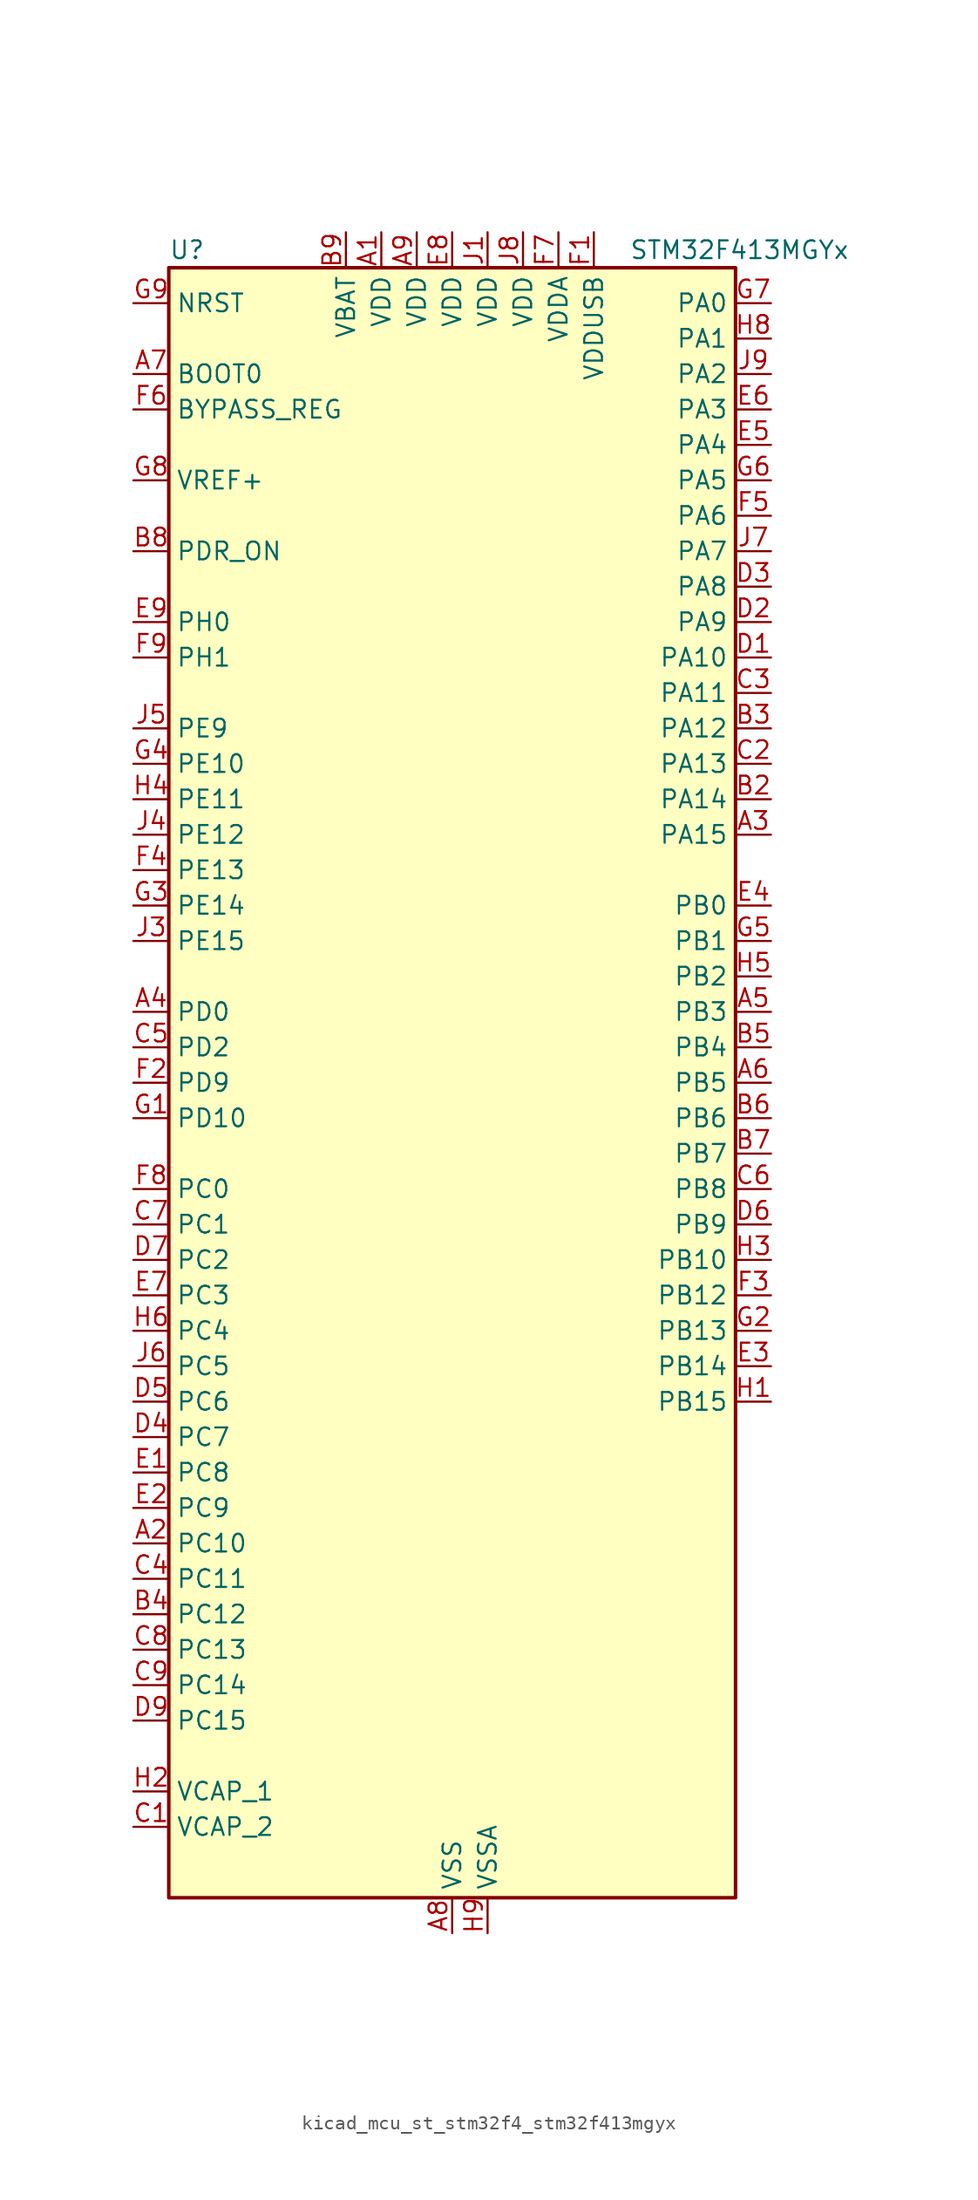
<source format=kicad_sym>
(kicad_symbol_lib
  (version 20220914)
  (generator kicad_symbol_editor)
  (symbol "kicad_mcu_st_stm32f4_stm32f413mgyx"
    (property "Reference" "U"
      (at -20.32 59.69 0)
      (effects (font (size 1.27 1.27)) (justify left)))
    (property "Value" "STM32F413MGYx"
      (at 12.7 59.69 0)
      (effects (font (size 1.27 1.27)) (justify left)))
    (property "ki_locked" ""
      (at 0 0 0)
      (effects (font (size 1.27 1.27))))
    (symbol "kicad_mcu_st_stm32f4_stm32f413mgyx_0_1"
      (rectangle (start -20.32 -58.42) (end 20.32 58.42) (stroke (width 0.254) (type default)) (fill (type background))))
    (symbol "kicad_mcu_st_stm32f4_stm32f413mgyx_1_1"
      (pin power_in line (at -5.08 60.96 270) (length 2.54) (name "VDD" (effects (font (size 1.27 1.27)))) (number "A1" (effects (font (size 1.27 1.27)))))
      (pin bidirectional line (at -22.86 -33.02 0) (length 2.54) (name "PC10" (effects (font (size 1.27 1.27)))) (number "A2" (effects (font (size 1.27 1.27)))) (alternate "DFSDM2_CKIN5" bidirectional line) (alternate "I2S3_CK" bidirectional line) (alternate "QUADSPI_BK1_IO1" bidirectional line) (alternate "SDIO_D2" bidirectional line) (alternate "SPI3_SCK" bidirectional line) (alternate "USART3_TX" bidirectional line))
      (pin bidirectional line (at 22.86 17.78 180) (length 2.54) (name "PA15" (effects (font (size 1.27 1.27)))) (number "A3" (effects (font (size 1.27 1.27)))) (alternate "ADC1_EXTI15" bidirectional line) (alternate "CAN3_TX" bidirectional line) (alternate "I2S1_WS" bidirectional line) (alternate "I2S3_WS" bidirectional line) (alternate "SAI1_MCLK_A" bidirectional line) (alternate "SPI1_NSS" bidirectional line) (alternate "SPI3_NSS" bidirectional line) (alternate "SYS_JTDI" bidirectional line) (alternate "TIM2_CH1" bidirectional line) (alternate "TIM2_ETR" bidirectional line) (alternate "UART7_TX" bidirectional line) (alternate "USART1_TX" bidirectional line))
      (pin bidirectional line (at -22.86 5.08 0) (length 2.54) (name "PD0" (effects (font (size 1.27 1.27)))) (number "A4" (effects (font (size 1.27 1.27)))) (alternate "CAN1_RX" bidirectional line) (alternate "DFSDM2_CKIN6" bidirectional line) (alternate "FSMC_D2" bidirectional line) (alternate "FSMC_DA2" bidirectional line) (alternate "UART4_RX" bidirectional line))
      (pin bidirectional line (at 22.86 5.08 180) (length 2.54) (name "PB3" (effects (font (size 1.27 1.27)))) (number "A5" (effects (font (size 1.27 1.27)))) (alternate "CAN3_RX" bidirectional line) (alternate "FMPI2C1_SDA" bidirectional line) (alternate "I2C2_SDA" bidirectional line) (alternate "I2S1_CK" bidirectional line) (alternate "I2S3_CK" bidirectional line) (alternate "SAI1_SD_A" bidirectional line) (alternate "SPI1_SCK" bidirectional line) (alternate "SPI3_SCK" bidirectional line) (alternate "SYS_JTDO-SWO" bidirectional line) (alternate "TIM2_CH2" bidirectional line) (alternate "UART7_RX" bidirectional line) (alternate "USART1_RX" bidirectional line))
      (pin bidirectional line (at 22.86 0 180) (length 2.54) (name "PB5" (effects (font (size 1.27 1.27)))) (number "A6" (effects (font (size 1.27 1.27)))) (alternate "CAN2_RX" bidirectional line) (alternate "I2C1_SMBA" bidirectional line) (alternate "I2S1_SD" bidirectional line) (alternate "I2S3_SD" bidirectional line) (alternate "LPTIM1_IN1" bidirectional line) (alternate "SAI1_FS_A" bidirectional line) (alternate "SDIO_D3" bidirectional line) (alternate "SPI1_MOSI" bidirectional line) (alternate "SPI3_MOSI" bidirectional line) (alternate "TIM3_CH2" bidirectional line) (alternate "UART5_RX" bidirectional line))
      (pin input line (at -22.86 50.8 0) (length 2.54) (name "BOOT0" (effects (font (size 1.27 1.27)))) (number "A7" (effects (font (size 1.27 1.27)))))
      (pin power_in line (at 0 -60.96 90) (length 2.54) (name "VSS" (effects (font (size 1.27 1.27)))) (number "A8" (effects (font (size 1.27 1.27)))))
      (pin power_in line (at -2.54 60.96 270) (length 2.54) (name "VDD" (effects (font (size 1.27 1.27)))) (number "A9" (effects (font (size 1.27 1.27)))))
      (pin passive line (at 0 -60.96 90) (length 2.54) hide (name "VSS" (effects (font (size 1.27 1.27)))) (number "B1" (effects (font (size 1.27 1.27)))))
      (pin bidirectional line (at 22.86 20.32 180) (length 2.54) (name "PA14" (effects (font (size 1.27 1.27)))) (number "B2" (effects (font (size 1.27 1.27)))) (alternate "SYS_JTCK-SWCLK" bidirectional line))
      (pin bidirectional line (at 22.86 25.4 180) (length 2.54) (name "PA12" (effects (font (size 1.27 1.27)))) (number "B3" (effects (font (size 1.27 1.27)))) (alternate "CAN1_TX" bidirectional line) (alternate "DFSDM2_DATIN5" bidirectional line) (alternate "SPI2_MISO" bidirectional line) (alternate "SPI5_MISO" bidirectional line) (alternate "TIM1_ETR" bidirectional line) (alternate "UART4_TX" bidirectional line) (alternate "USART1_RTS" bidirectional line) (alternate "USART6_RX" bidirectional line) (alternate "USB_OTG_FS_DP" bidirectional line))
      (pin bidirectional line (at -22.86 -38.1 0) (length 2.54) (name "PC12" (effects (font (size 1.27 1.27)))) (number "B4" (effects (font (size 1.27 1.27)))) (alternate "FSMC_D3" bidirectional line) (alternate "FSMC_DA3" bidirectional line) (alternate "I2S3_SD" bidirectional line) (alternate "SDIO_CK" bidirectional line) (alternate "SPI3_MOSI" bidirectional line) (alternate "UART5_TX" bidirectional line) (alternate "USART3_CK" bidirectional line))
      (pin bidirectional line (at 22.86 2.54 180) (length 2.54) (name "PB4" (effects (font (size 1.27 1.27)))) (number "B5" (effects (font (size 1.27 1.27)))) (alternate "CAN3_TX" bidirectional line) (alternate "I2C3_SDA" bidirectional line) (alternate "I2S3_ext_SD" bidirectional line) (alternate "SAI1_SCK_A" bidirectional line) (alternate "SDIO_D0" bidirectional line) (alternate "SPI1_MISO" bidirectional line) (alternate "SPI3_MISO" bidirectional line) (alternate "SYS_JTRST" bidirectional line) (alternate "TIM3_CH1" bidirectional line) (alternate "UART7_TX" bidirectional line))
      (pin bidirectional line (at 22.86 -2.54 180) (length 2.54) (name "PB6" (effects (font (size 1.27 1.27)))) (number "B6" (effects (font (size 1.27 1.27)))) (alternate "CAN2_TX" bidirectional line) (alternate "DFSDM2_CKIN7" bidirectional line) (alternate "I2C1_SCL" bidirectional line) (alternate "LPTIM1_ETR" bidirectional line) (alternate "QUADSPI_BK1_NCS" bidirectional line) (alternate "SDIO_D0" bidirectional line) (alternate "TIM4_CH1" bidirectional line) (alternate "UART5_TX" bidirectional line) (alternate "USART1_TX" bidirectional line))
      (pin bidirectional line (at 22.86 -5.08 180) (length 2.54) (name "PB7" (effects (font (size 1.27 1.27)))) (number "B7" (effects (font (size 1.27 1.27)))) (alternate "DFSDM2_DATIN7" bidirectional line) (alternate "FSMC_NL" bidirectional line) (alternate "I2C1_SDA" bidirectional line) (alternate "LPTIM1_IN2" bidirectional line) (alternate "TIM4_CH2" bidirectional line) (alternate "USART1_RX" bidirectional line))
      (pin input line (at -22.86 38.1 0) (length 2.54) (name "PDR_ON" (effects (font (size 1.27 1.27)))) (number "B8" (effects (font (size 1.27 1.27)))))
      (pin power_in line (at -7.62 60.96 270) (length 2.54) (name "VBAT" (effects (font (size 1.27 1.27)))) (number "B9" (effects (font (size 1.27 1.27)))))
      (pin power_out line (at -22.86 -53.34 0) (length 2.54) (name "VCAP_2" (effects (font (size 1.27 1.27)))) (number "C1" (effects (font (size 1.27 1.27)))))
      (pin bidirectional line (at 22.86 22.86 180) (length 2.54) (name "PA13" (effects (font (size 1.27 1.27)))) (number "C2" (effects (font (size 1.27 1.27)))) (alternate "SYS_JTMS-SWDIO" bidirectional line))
      (pin bidirectional line (at 22.86 27.94 180) (length 2.54) (name "PA11" (effects (font (size 1.27 1.27)))) (number "C3" (effects (font (size 1.27 1.27)))) (alternate "ADC1_EXTI11" bidirectional line) (alternate "CAN1_RX" bidirectional line) (alternate "DFSDM2_CKIN5" bidirectional line) (alternate "I2S2_WS" bidirectional line) (alternate "SPI2_NSS" bidirectional line) (alternate "SPI4_MISO" bidirectional line) (alternate "TIM1_CH4" bidirectional line) (alternate "UART4_RX" bidirectional line) (alternate "USART1_CTS" bidirectional line) (alternate "USART6_TX" bidirectional line) (alternate "USB_OTG_FS_DM" bidirectional line))
      (pin bidirectional line (at -22.86 -35.56 0) (length 2.54) (name "PC11" (effects (font (size 1.27 1.27)))) (number "C4" (effects (font (size 1.27 1.27)))) (alternate "ADC1_EXTI11" bidirectional line) (alternate "DFSDM2_DATIN5" bidirectional line) (alternate "FSMC_D2" bidirectional line) (alternate "FSMC_DA2" bidirectional line) (alternate "I2S3_ext_SD" bidirectional line) (alternate "QUADSPI_BK2_NCS" bidirectional line) (alternate "SDIO_D3" bidirectional line) (alternate "SPI3_MISO" bidirectional line) (alternate "UART4_RX" bidirectional line) (alternate "USART3_RX" bidirectional line))
      (pin bidirectional line (at -22.86 2.54 0) (length 2.54) (name "PD2" (effects (font (size 1.27 1.27)))) (number "C5" (effects (font (size 1.27 1.27)))) (alternate "DFSDM2_CKOUT" bidirectional line) (alternate "FSMC_NWE" bidirectional line) (alternate "SDIO_CMD" bidirectional line) (alternate "TIM3_ETR" bidirectional line) (alternate "UART5_RX" bidirectional line))
      (pin bidirectional line (at 22.86 -7.62 180) (length 2.54) (name "PB8" (effects (font (size 1.27 1.27)))) (number "C6" (effects (font (size 1.27 1.27)))) (alternate "CAN1_RX" bidirectional line) (alternate "DFSDM2_CKIN1" bidirectional line) (alternate "I2C1_SCL" bidirectional line) (alternate "I2C3_SDA" bidirectional line) (alternate "I2S5_SD" bidirectional line) (alternate "LPTIM1_OUT" bidirectional line) (alternate "SDIO_D4" bidirectional line) (alternate "SPI5_MOSI" bidirectional line) (alternate "TIM10_CH1" bidirectional line) (alternate "TIM4_CH3" bidirectional line) (alternate "UART5_RX" bidirectional line))
      (pin bidirectional line (at -22.86 -10.16 0) (length 2.54) (name "PC1" (effects (font (size 1.27 1.27)))) (number "C7" (effects (font (size 1.27 1.27)))) (alternate "ADC1_IN11" bidirectional line) (alternate "DFSDM2_DATIN4" bidirectional line) (alternate "LPTIM1_OUT" bidirectional line) (alternate "SAI1_SD_B" bidirectional line) (alternate "SYS_WKUP3" bidirectional line))
      (pin bidirectional line (at -22.86 -40.64 0) (length 2.54) (name "PC13" (effects (font (size 1.27 1.27)))) (number "C8" (effects (font (size 1.27 1.27)))) (alternate "RTC_AF1" bidirectional line))
      (pin bidirectional line (at -22.86 -43.18 0) (length 2.54) (name "PC14" (effects (font (size 1.27 1.27)))) (number "C9" (effects (font (size 1.27 1.27)))) (alternate "RCC_OSC32_IN" bidirectional line))
      (pin bidirectional line (at 22.86 30.48 180) (length 2.54) (name "PA10" (effects (font (size 1.27 1.27)))) (number "D1" (effects (font (size 1.27 1.27)))) (alternate "DFSDM2_DATIN3" bidirectional line) (alternate "I2S2_SD" bidirectional line) (alternate "I2S5_SD" bidirectional line) (alternate "SPI2_MOSI" bidirectional line) (alternate "SPI5_MOSI" bidirectional line) (alternate "TIM1_CH3" bidirectional line) (alternate "USART1_RX" bidirectional line) (alternate "USB_OTG_FS_ID" bidirectional line))
      (pin bidirectional line (at 22.86 33.02 180) (length 2.54) (name "PA9" (effects (font (size 1.27 1.27)))) (number "D2" (effects (font (size 1.27 1.27)))) (alternate "DAC_EXTI9" bidirectional line) (alternate "DFSDM2_CKIN3" bidirectional line) (alternate "I2C3_SMBA" bidirectional line) (alternate "I2S2_CK" bidirectional line) (alternate "SDIO_D2" bidirectional line) (alternate "SPI2_SCK" bidirectional line) (alternate "TIM1_CH2" bidirectional line) (alternate "USART1_TX" bidirectional line) (alternate "USB_OTG_FS_VBUS" bidirectional line))
      (pin bidirectional line (at 22.86 35.56 180) (length 2.54) (name "PA8" (effects (font (size 1.27 1.27)))) (number "D3" (effects (font (size 1.27 1.27)))) (alternate "CAN3_RX" bidirectional line) (alternate "DFSDM1_CKOUT" bidirectional line) (alternate "I2C3_SCL" bidirectional line) (alternate "RCC_MCO_1" bidirectional line) (alternate "SDIO_D1" bidirectional line) (alternate "TIM1_CH1" bidirectional line) (alternate "UART7_RX" bidirectional line) (alternate "USART1_CK" bidirectional line) (alternate "USB_OTG_FS_SOF" bidirectional line))
      (pin bidirectional line (at -22.86 -25.4 0) (length 2.54) (name "PC7" (effects (font (size 1.27 1.27)))) (number "D4" (effects (font (size 1.27 1.27)))) (alternate "DFSDM1_DATIN3" bidirectional line) (alternate "DFSDM2_CKIN6" bidirectional line) (alternate "FMPI2C1_SDA" bidirectional line) (alternate "I2S2_CK" bidirectional line) (alternate "I2S3_MCK" bidirectional line) (alternate "SDIO_D7" bidirectional line) (alternate "SPI2_SCK" bidirectional line) (alternate "TIM3_CH2" bidirectional line) (alternate "TIM8_CH2" bidirectional line) (alternate "USART6_RX" bidirectional line))
      (pin bidirectional line (at -22.86 -22.86 0) (length 2.54) (name "PC6" (effects (font (size 1.27 1.27)))) (number "D5" (effects (font (size 1.27 1.27)))) (alternate "DFSDM1_CKIN3" bidirectional line) (alternate "DFSDM2_DATIN6" bidirectional line) (alternate "FMPI2C1_SCL" bidirectional line) (alternate "FSMC_D1" bidirectional line) (alternate "FSMC_DA1" bidirectional line) (alternate "I2S2_MCK" bidirectional line) (alternate "SDIO_D6" bidirectional line) (alternate "TIM3_CH1" bidirectional line) (alternate "TIM8_CH1" bidirectional line) (alternate "USART6_TX" bidirectional line))
      (pin bidirectional line (at 22.86 -10.16 180) (length 2.54) (name "PB9" (effects (font (size 1.27 1.27)))) (number "D6" (effects (font (size 1.27 1.27)))) (alternate "CAN1_TX" bidirectional line) (alternate "DAC_EXTI9" bidirectional line) (alternate "DFSDM2_DATIN1" bidirectional line) (alternate "I2C1_SDA" bidirectional line) (alternate "I2C2_SDA" bidirectional line) (alternate "I2S2_WS" bidirectional line) (alternate "SDIO_D5" bidirectional line) (alternate "SPI2_NSS" bidirectional line) (alternate "TIM11_CH1" bidirectional line) (alternate "TIM4_CH4" bidirectional line) (alternate "UART5_TX" bidirectional line))
      (pin bidirectional line (at -22.86 -12.7 0) (length 2.54) (name "PC2" (effects (font (size 1.27 1.27)))) (number "D7" (effects (font (size 1.27 1.27)))) (alternate "ADC1_IN12" bidirectional line) (alternate "DFSDM1_CKOUT" bidirectional line) (alternate "DFSDM2_DATIN7" bidirectional line) (alternate "FSMC_NWE" bidirectional line) (alternate "I2S2_ext_SD" bidirectional line) (alternate "LPTIM1_IN2" bidirectional line) (alternate "SAI1_SCK_B" bidirectional line) (alternate "SPI2_MISO" bidirectional line))
      (pin passive line (at 0 -60.96 90) (length 2.54) hide (name "VSS" (effects (font (size 1.27 1.27)))) (number "D8" (effects (font (size 1.27 1.27)))))
      (pin bidirectional line (at -22.86 -45.72 0) (length 2.54) (name "PC15" (effects (font (size 1.27 1.27)))) (number "D9" (effects (font (size 1.27 1.27)))) (alternate "ADC1_EXTI15" bidirectional line) (alternate "RCC_OSC32_OUT" bidirectional line))
      (pin bidirectional line (at -22.86 -27.94 0) (length 2.54) (name "PC8" (effects (font (size 1.27 1.27)))) (number "E1" (effects (font (size 1.27 1.27)))) (alternate "DFSDM2_CKIN3" bidirectional line) (alternate "QUADSPI_BK1_IO2" bidirectional line) (alternate "SDIO_D0" bidirectional line) (alternate "TIM3_CH3" bidirectional line) (alternate "TIM8_CH3" bidirectional line) (alternate "USART6_CK" bidirectional line))
      (pin bidirectional line (at -22.86 -30.48 0) (length 2.54) (name "PC9" (effects (font (size 1.27 1.27)))) (number "E2" (effects (font (size 1.27 1.27)))) (alternate "DAC_EXTI9" bidirectional line) (alternate "DFSDM2_DATIN3" bidirectional line) (alternate "I2C3_SDA" bidirectional line) (alternate "I2S_CKIN" bidirectional line) (alternate "QUADSPI_BK1_IO0" bidirectional line) (alternate "RCC_MCO_2" bidirectional line) (alternate "SDIO_D1" bidirectional line) (alternate "TIM3_CH4" bidirectional line) (alternate "TIM8_CH4" bidirectional line))
      (pin bidirectional line (at 22.86 -20.32 180) (length 2.54) (name "PB14" (effects (font (size 1.27 1.27)))) (number "E3" (effects (font (size 1.27 1.27)))) (alternate "DFSDM1_DATIN2" bidirectional line) (alternate "FMPI2C1_SDA" bidirectional line) (alternate "FSMC_D0" bidirectional line) (alternate "FSMC_DA0" bidirectional line) (alternate "I2S2_ext_SD" bidirectional line) (alternate "SDIO_D6" bidirectional line) (alternate "SPI2_MISO" bidirectional line) (alternate "TIM12_CH1" bidirectional line) (alternate "TIM1_CH2N" bidirectional line) (alternate "TIM8_CH2N" bidirectional line) (alternate "USART3_RTS" bidirectional line))
      (pin bidirectional line (at 22.86 12.7 180) (length 2.54) (name "PB0" (effects (font (size 1.27 1.27)))) (number "E4" (effects (font (size 1.27 1.27)))) (alternate "ADC1_IN8" bidirectional line) (alternate "I2S5_CK" bidirectional line) (alternate "SPI5_SCK" bidirectional line) (alternate "TIM1_CH2N" bidirectional line) (alternate "TIM3_CH3" bidirectional line) (alternate "TIM8_CH2N" bidirectional line))
      (pin bidirectional line (at 22.86 45.72 180) (length 2.54) (name "PA4" (effects (font (size 1.27 1.27)))) (number "E5" (effects (font (size 1.27 1.27)))) (alternate "ADC1_IN4" bidirectional line) (alternate "DAC_OUT1" bidirectional line) (alternate "DFSDM1_DATIN1" bidirectional line) (alternate "FSMC_D6" bidirectional line) (alternate "FSMC_DA6" bidirectional line) (alternate "I2S1_WS" bidirectional line) (alternate "I2S3_WS" bidirectional line) (alternate "SPI1_NSS" bidirectional line) (alternate "SPI3_NSS" bidirectional line) (alternate "USART2_CK" bidirectional line))
      (pin bidirectional line (at 22.86 48.26 180) (length 2.54) (name "PA3" (effects (font (size 1.27 1.27)))) (number "E6" (effects (font (size 1.27 1.27)))) (alternate "ADC1_IN3" bidirectional line) (alternate "FSMC_D5" bidirectional line) (alternate "FSMC_DA5" bidirectional line) (alternate "I2S2_MCK" bidirectional line) (alternate "SAI1_SD_B" bidirectional line) (alternate "TIM2_CH4" bidirectional line) (alternate "TIM5_CH4" bidirectional line) (alternate "TIM9_CH2" bidirectional line) (alternate "USART2_RX" bidirectional line))
      (pin bidirectional line (at -22.86 -15.24 0) (length 2.54) (name "PC3" (effects (font (size 1.27 1.27)))) (number "E7" (effects (font (size 1.27 1.27)))) (alternate "ADC1_IN13" bidirectional line) (alternate "DFSDM2_CKIN7" bidirectional line) (alternate "FSMC_A0" bidirectional line) (alternate "I2S2_SD" bidirectional line) (alternate "LPTIM1_ETR" bidirectional line) (alternate "SAI1_FS_B" bidirectional line) (alternate "SPI2_MOSI" bidirectional line))
      (pin power_in line (at 0 60.96 270) (length 2.54) (name "VDD" (effects (font (size 1.27 1.27)))) (number "E8" (effects (font (size 1.27 1.27)))))
      (pin bidirectional line (at -22.86 33.02 0) (length 2.54) (name "PH0" (effects (font (size 1.27 1.27)))) (number "E9" (effects (font (size 1.27 1.27)))) (alternate "RCC_OSC_IN" bidirectional line))
      (pin power_in line (at 10.16 60.96 270) (length 2.54) (name "VDDUSB" (effects (font (size 1.27 1.27)))) (number "F1" (effects (font (size 1.27 1.27)))))
      (pin bidirectional line (at -22.86 0 0) (length 2.54) (name "PD9" (effects (font (size 1.27 1.27)))) (number "F2" (effects (font (size 1.27 1.27)))) (alternate "DAC_EXTI9" bidirectional line) (alternate "FSMC_D14" bidirectional line) (alternate "FSMC_DA14" bidirectional line) (alternate "USART3_RX" bidirectional line))
      (pin bidirectional line (at 22.86 -15.24 180) (length 2.54) (name "PB12" (effects (font (size 1.27 1.27)))) (number "F3" (effects (font (size 1.27 1.27)))) (alternate "CAN2_RX" bidirectional line) (alternate "DFSDM1_DATIN1" bidirectional line) (alternate "FSMC_D13" bidirectional line) (alternate "FSMC_DA13" bidirectional line) (alternate "I2C2_SMBA" bidirectional line) (alternate "I2S2_WS" bidirectional line) (alternate "I2S3_CK" bidirectional line) (alternate "I2S4_WS" bidirectional line) (alternate "SPI2_NSS" bidirectional line) (alternate "SPI3_SCK" bidirectional line) (alternate "SPI4_NSS" bidirectional line) (alternate "TIM1_BKIN" bidirectional line) (alternate "UART5_RX" bidirectional line) (alternate "USART3_CK" bidirectional line))
      (pin bidirectional line (at -22.86 15.24 0) (length 2.54) (name "PE13" (effects (font (size 1.27 1.27)))) (number "F4" (effects (font (size 1.27 1.27)))) (alternate "DFSDM2_CKIN7" bidirectional line) (alternate "FSMC_D10" bidirectional line) (alternate "FSMC_DA10" bidirectional line) (alternate "SPI4_MISO" bidirectional line) (alternate "SPI5_MISO" bidirectional line) (alternate "TIM1_CH3" bidirectional line))
      (pin bidirectional line (at 22.86 40.64 180) (length 2.54) (name "PA6" (effects (font (size 1.27 1.27)))) (number "F5" (effects (font (size 1.27 1.27)))) (alternate "ADC1_IN6" bidirectional line) (alternate "DFSDM2_CKIN1" bidirectional line) (alternate "I2S2_MCK" bidirectional line) (alternate "QUADSPI_BK2_IO0" bidirectional line) (alternate "SDIO_CMD" bidirectional line) (alternate "SPI1_MISO" bidirectional line) (alternate "TIM13_CH1" bidirectional line) (alternate "TIM1_BKIN" bidirectional line) (alternate "TIM3_CH1" bidirectional line) (alternate "TIM8_BKIN" bidirectional line))
      (pin input line (at -22.86 48.26 0) (length 2.54) (name "BYPASS_REG" (effects (font (size 1.27 1.27)))) (number "F6" (effects (font (size 1.27 1.27)))))
      (pin power_in line (at 7.62 60.96 270) (length 2.54) (name "VDDA" (effects (font (size 1.27 1.27)))) (number "F7" (effects (font (size 1.27 1.27)))))
      (pin bidirectional line (at -22.86 -7.62 0) (length 2.54) (name "PC0" (effects (font (size 1.27 1.27)))) (number "F8" (effects (font (size 1.27 1.27)))) (alternate "ADC1_IN10" bidirectional line) (alternate "DFSDM2_CKIN4" bidirectional line) (alternate "LPTIM1_IN1" bidirectional line) (alternate "SAI1_MCLK_B" bidirectional line) (alternate "SYS_WKUP2" bidirectional line))
      (pin bidirectional line (at -22.86 30.48 0) (length 2.54) (name "PH1" (effects (font (size 1.27 1.27)))) (number "F9" (effects (font (size 1.27 1.27)))) (alternate "RCC_OSC_OUT" bidirectional line))
      (pin bidirectional line (at -22.86 -2.54 0) (length 2.54) (name "PD10" (effects (font (size 1.27 1.27)))) (number "G1" (effects (font (size 1.27 1.27)))) (alternate "FSMC_D15" bidirectional line) (alternate "FSMC_DA15" bidirectional line) (alternate "UART4_TX" bidirectional line) (alternate "USART3_CK" bidirectional line))
      (pin bidirectional line (at 22.86 -17.78 180) (length 2.54) (name "PB13" (effects (font (size 1.27 1.27)))) (number "G2" (effects (font (size 1.27 1.27)))) (alternate "CAN2_TX" bidirectional line) (alternate "DFSDM1_CKIN1" bidirectional line) (alternate "FMPI2C1_SMBA" bidirectional line) (alternate "I2S2_CK" bidirectional line) (alternate "I2S4_CK" bidirectional line) (alternate "SPI2_SCK" bidirectional line) (alternate "SPI4_SCK" bidirectional line) (alternate "TIM1_CH1N" bidirectional line) (alternate "UART5_TX" bidirectional line) (alternate "USART3_CTS" bidirectional line))
      (pin bidirectional line (at -22.86 12.7 0) (length 2.54) (name "PE14" (effects (font (size 1.27 1.27)))) (number "G3" (effects (font (size 1.27 1.27)))) (alternate "DFSDM2_DATIN1" bidirectional line) (alternate "FSMC_D11" bidirectional line) (alternate "FSMC_DA11" bidirectional line) (alternate "I2S4_SD" bidirectional line) (alternate "I2S5_SD" bidirectional line) (alternate "SPI4_MOSI" bidirectional line) (alternate "SPI5_MOSI" bidirectional line) (alternate "TIM1_CH4" bidirectional line))
      (pin bidirectional line (at -22.86 22.86 0) (length 2.54) (name "PE10" (effects (font (size 1.27 1.27)))) (number "G4" (effects (font (size 1.27 1.27)))) (alternate "DFSDM2_DATIN0" bidirectional line) (alternate "FSMC_D7" bidirectional line) (alternate "FSMC_DA7" bidirectional line) (alternate "QUADSPI_BK2_IO3" bidirectional line) (alternate "TIM1_CH2N" bidirectional line))
      (pin bidirectional line (at 22.86 10.16 180) (length 2.54) (name "PB1" (effects (font (size 1.27 1.27)))) (number "G5" (effects (font (size 1.27 1.27)))) (alternate "ADC1_IN9" bidirectional line) (alternate "DFSDM1_DATIN0" bidirectional line) (alternate "I2S5_WS" bidirectional line) (alternate "QUADSPI_CLK" bidirectional line) (alternate "SPI5_NSS" bidirectional line) (alternate "TIM1_CH3N" bidirectional line) (alternate "TIM3_CH4" bidirectional line) (alternate "TIM8_CH3N" bidirectional line))
      (pin bidirectional line (at 22.86 43.18 180) (length 2.54) (name "PA5" (effects (font (size 1.27 1.27)))) (number "G6" (effects (font (size 1.27 1.27)))) (alternate "ADC1_IN5" bidirectional line) (alternate "DAC_OUT2" bidirectional line) (alternate "DFSDM1_CKIN1" bidirectional line) (alternate "FSMC_D7" bidirectional line) (alternate "FSMC_DA7" bidirectional line) (alternate "I2S1_CK" bidirectional line) (alternate "SPI1_SCK" bidirectional line) (alternate "TIM2_CH1" bidirectional line) (alternate "TIM2_ETR" bidirectional line) (alternate "TIM8_CH1N" bidirectional line))
      (pin bidirectional line (at 22.86 55.88 180) (length 2.54) (name "PA0" (effects (font (size 1.27 1.27)))) (number "G7" (effects (font (size 1.27 1.27)))) (alternate "ADC1_IN0" bidirectional line) (alternate "SYS_WKUP1" bidirectional line) (alternate "TIM2_CH1" bidirectional line) (alternate "TIM2_ETR" bidirectional line) (alternate "TIM5_CH1" bidirectional line) (alternate "TIM8_ETR" bidirectional line) (alternate "UART4_TX" bidirectional line) (alternate "USART2_CTS" bidirectional line))
      (pin input line (at -22.86 43.18 0) (length 2.54) (name "VREF+" (effects (font (size 1.27 1.27)))) (number "G8" (effects (font (size 1.27 1.27)))))
      (pin input line (at -22.86 55.88 0) (length 2.54) (name "NRST" (effects (font (size 1.27 1.27)))) (number "G9" (effects (font (size 1.27 1.27)))))
      (pin bidirectional line (at 22.86 -22.86 180) (length 2.54) (name "PB15" (effects (font (size 1.27 1.27)))) (number "H1" (effects (font (size 1.27 1.27)))) (alternate "ADC1_EXTI15" bidirectional line) (alternate "DFSDM1_CKIN2" bidirectional line) (alternate "FMPI2C1_SCL" bidirectional line) (alternate "I2S2_SD" bidirectional line) (alternate "RTC_REFIN" bidirectional line) (alternate "SDIO_CK" bidirectional line) (alternate "SPI2_MOSI" bidirectional line) (alternate "TIM12_CH2" bidirectional line) (alternate "TIM1_CH3N" bidirectional line) (alternate "TIM8_CH3N" bidirectional line))
      (pin power_out line (at -22.86 -50.8 0) (length 2.54) (name "VCAP_1" (effects (font (size 1.27 1.27)))) (number "H2" (effects (font (size 1.27 1.27)))))
      (pin bidirectional line (at 22.86 -12.7 180) (length 2.54) (name "PB10" (effects (font (size 1.27 1.27)))) (number "H3" (effects (font (size 1.27 1.27)))) (alternate "DFSDM2_CKOUT" bidirectional line) (alternate "FMPI2C1_SCL" bidirectional line) (alternate "I2C2_SCL" bidirectional line) (alternate "I2S2_CK" bidirectional line) (alternate "I2S3_MCK" bidirectional line) (alternate "SDIO_D7" bidirectional line) (alternate "SPI2_SCK" bidirectional line) (alternate "TIM2_CH3" bidirectional line) (alternate "USART3_TX" bidirectional line))
      (pin bidirectional line (at -22.86 20.32 0) (length 2.54) (name "PE11" (effects (font (size 1.27 1.27)))) (number "H4" (effects (font (size 1.27 1.27)))) (alternate "ADC1_EXTI11" bidirectional line) (alternate "DFSDM2_CKIN0" bidirectional line) (alternate "FSMC_D8" bidirectional line) (alternate "FSMC_DA8" bidirectional line) (alternate "I2S4_WS" bidirectional line) (alternate "I2S5_WS" bidirectional line) (alternate "SPI4_NSS" bidirectional line) (alternate "SPI5_NSS" bidirectional line) (alternate "TIM1_CH2" bidirectional line))
      (pin bidirectional line (at 22.86 7.62 180) (length 2.54) (name "PB2" (effects (font (size 1.27 1.27)))) (number "H5" (effects (font (size 1.27 1.27)))) (alternate "DFSDM1_CKIN0" bidirectional line) (alternate "LPTIM1_OUT" bidirectional line) (alternate "QUADSPI_CLK" bidirectional line))
      (pin bidirectional line (at -22.86 -17.78 0) (length 2.54) (name "PC4" (effects (font (size 1.27 1.27)))) (number "H6" (effects (font (size 1.27 1.27)))) (alternate "ADC1_IN14" bidirectional line) (alternate "DFSDM2_CKIN2" bidirectional line) (alternate "FSMC_NE4" bidirectional line) (alternate "I2S1_MCK" bidirectional line) (alternate "QUADSPI_BK2_IO2" bidirectional line))
      (pin passive line (at 0 -60.96 90) (length 2.54) hide (name "VSS" (effects (font (size 1.27 1.27)))) (number "H7" (effects (font (size 1.27 1.27)))))
      (pin bidirectional line (at 22.86 53.34 180) (length 2.54) (name "PA1" (effects (font (size 1.27 1.27)))) (number "H8" (effects (font (size 1.27 1.27)))) (alternate "ADC1_IN1" bidirectional line) (alternate "I2S4_SD" bidirectional line) (alternate "QUADSPI_BK1_IO3" bidirectional line) (alternate "SPI4_MOSI" bidirectional line) (alternate "TIM2_CH2" bidirectional line) (alternate "TIM5_CH2" bidirectional line) (alternate "UART4_RX" bidirectional line) (alternate "USART2_RTS" bidirectional line))
      (pin power_in line (at 2.54 -60.96 90) (length 2.54) (name "VSSA" (effects (font (size 1.27 1.27)))) (number "H9" (effects (font (size 1.27 1.27)))))
      (pin power_in line (at 2.54 60.96 270) (length 2.54) (name "VDD" (effects (font (size 1.27 1.27)))) (number "J1" (effects (font (size 1.27 1.27)))))
      (pin passive line (at 0 -60.96 90) (length 2.54) hide (name "VSS" (effects (font (size 1.27 1.27)))) (number "J2" (effects (font (size 1.27 1.27)))))
      (pin bidirectional line (at -22.86 10.16 0) (length 2.54) (name "PE15" (effects (font (size 1.27 1.27)))) (number "J3" (effects (font (size 1.27 1.27)))) (alternate "ADC1_EXTI15" bidirectional line) (alternate "DFSDM2_CKIN1" bidirectional line) (alternate "FSMC_D12" bidirectional line) (alternate "FSMC_DA12" bidirectional line) (alternate "TIM1_BKIN" bidirectional line))
      (pin bidirectional line (at -22.86 17.78 0) (length 2.54) (name "PE12" (effects (font (size 1.27 1.27)))) (number "J4" (effects (font (size 1.27 1.27)))) (alternate "DFSDM2_DATIN7" bidirectional line) (alternate "FSMC_D9" bidirectional line) (alternate "FSMC_DA9" bidirectional line) (alternate "I2S4_CK" bidirectional line) (alternate "I2S5_CK" bidirectional line) (alternate "SPI4_SCK" bidirectional line) (alternate "SPI5_SCK" bidirectional line) (alternate "TIM1_CH3N" bidirectional line))
      (pin bidirectional line (at -22.86 25.4 0) (length 2.54) (name "PE9" (effects (font (size 1.27 1.27)))) (number "J5" (effects (font (size 1.27 1.27)))) (alternate "DAC_EXTI9" bidirectional line) (alternate "DFSDM1_CKOUT" bidirectional line) (alternate "FSMC_D6" bidirectional line) (alternate "FSMC_DA6" bidirectional line) (alternate "QUADSPI_BK2_IO2" bidirectional line) (alternate "TIM1_CH1" bidirectional line))
      (pin bidirectional line (at -22.86 -20.32 0) (length 2.54) (name "PC5" (effects (font (size 1.27 1.27)))) (number "J6" (effects (font (size 1.27 1.27)))) (alternate "ADC1_IN15" bidirectional line) (alternate "DFSDM2_DATIN2" bidirectional line) (alternate "FMPI2C1_SMBA" bidirectional line) (alternate "FSMC_NOE" bidirectional line) (alternate "QUADSPI_BK2_IO3" bidirectional line) (alternate "USART3_RX" bidirectional line))
      (pin bidirectional line (at 22.86 38.1 180) (length 2.54) (name "PA7" (effects (font (size 1.27 1.27)))) (number "J7" (effects (font (size 1.27 1.27)))) (alternate "ADC1_IN7" bidirectional line) (alternate "DFSDM2_DATIN1" bidirectional line) (alternate "I2S1_SD" bidirectional line) (alternate "QUADSPI_BK2_IO1" bidirectional line) (alternate "SPI1_MOSI" bidirectional line) (alternate "TIM14_CH1" bidirectional line) (alternate "TIM1_CH1N" bidirectional line) (alternate "TIM3_CH2" bidirectional line) (alternate "TIM8_CH1N" bidirectional line))
      (pin power_in line (at 5.08 60.96 270) (length 2.54) (name "VDD" (effects (font (size 1.27 1.27)))) (number "J8" (effects (font (size 1.27 1.27)))))
      (pin bidirectional line (at 22.86 50.8 180) (length 2.54) (name "PA2" (effects (font (size 1.27 1.27)))) (number "J9" (effects (font (size 1.27 1.27)))) (alternate "ADC1_IN2" bidirectional line) (alternate "FSMC_D4" bidirectional line) (alternate "FSMC_DA4" bidirectional line) (alternate "I2S_CKIN" bidirectional line) (alternate "TIM2_CH3" bidirectional line) (alternate "TIM5_CH3" bidirectional line) (alternate "TIM9_CH1" bidirectional line) (alternate "USART2_TX" bidirectional line)))))
</source>
